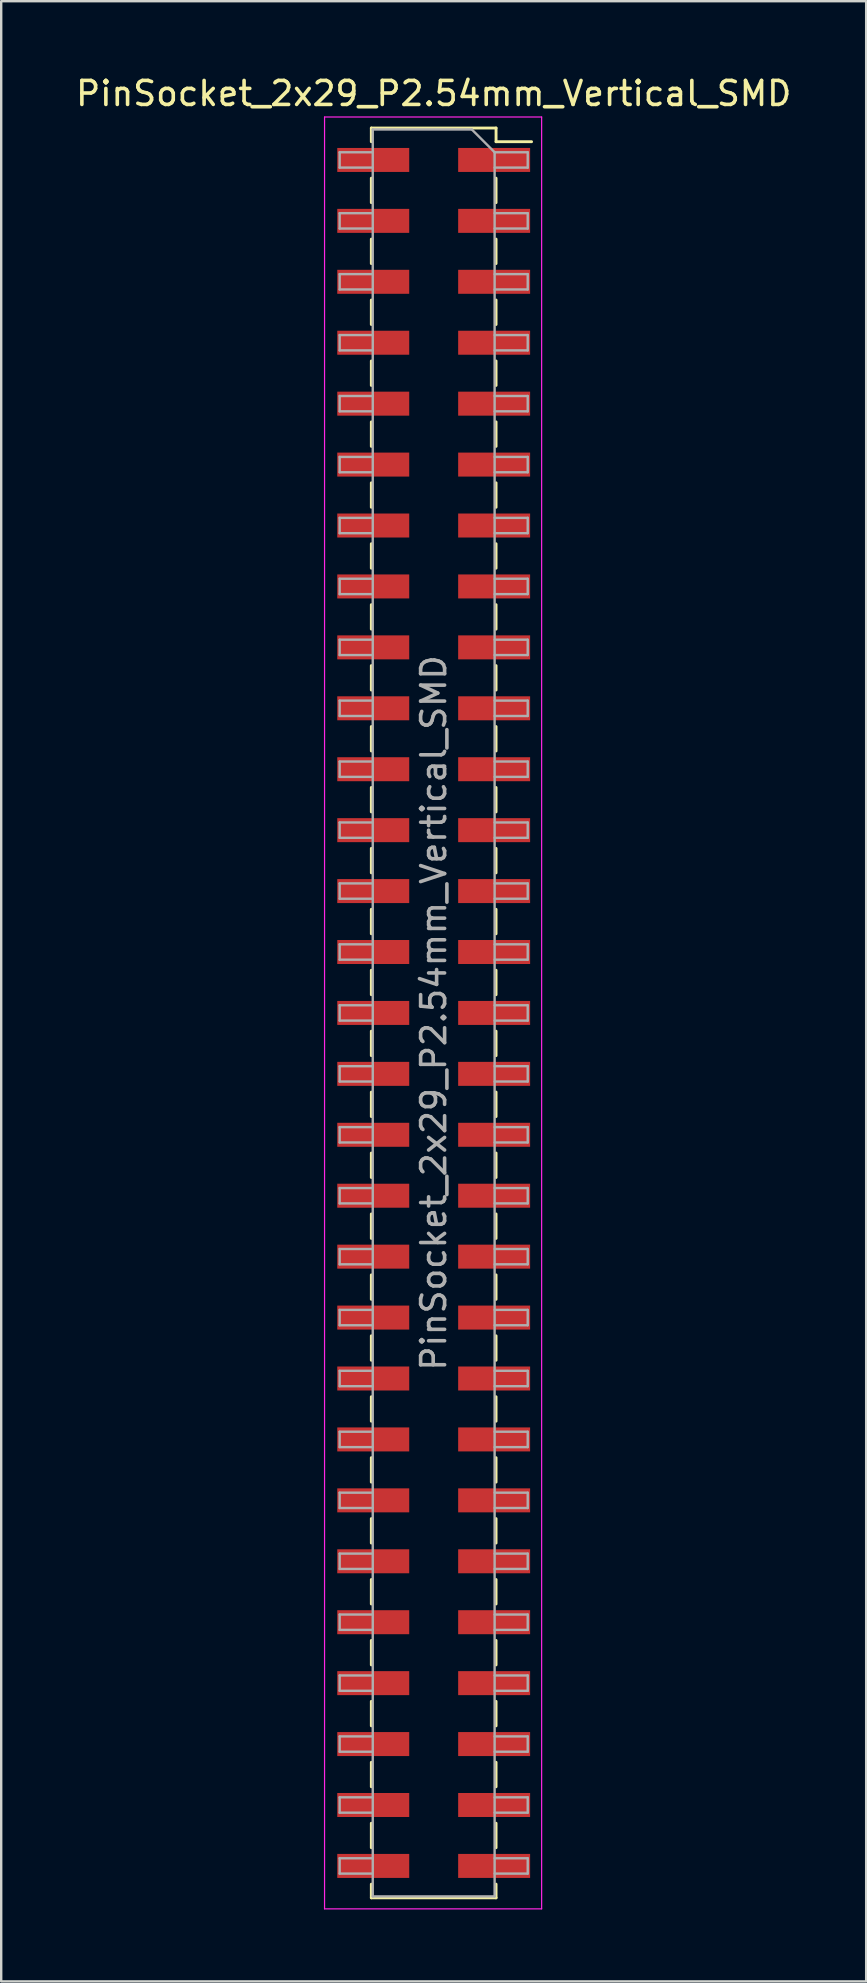
<source format=kicad_pcb>
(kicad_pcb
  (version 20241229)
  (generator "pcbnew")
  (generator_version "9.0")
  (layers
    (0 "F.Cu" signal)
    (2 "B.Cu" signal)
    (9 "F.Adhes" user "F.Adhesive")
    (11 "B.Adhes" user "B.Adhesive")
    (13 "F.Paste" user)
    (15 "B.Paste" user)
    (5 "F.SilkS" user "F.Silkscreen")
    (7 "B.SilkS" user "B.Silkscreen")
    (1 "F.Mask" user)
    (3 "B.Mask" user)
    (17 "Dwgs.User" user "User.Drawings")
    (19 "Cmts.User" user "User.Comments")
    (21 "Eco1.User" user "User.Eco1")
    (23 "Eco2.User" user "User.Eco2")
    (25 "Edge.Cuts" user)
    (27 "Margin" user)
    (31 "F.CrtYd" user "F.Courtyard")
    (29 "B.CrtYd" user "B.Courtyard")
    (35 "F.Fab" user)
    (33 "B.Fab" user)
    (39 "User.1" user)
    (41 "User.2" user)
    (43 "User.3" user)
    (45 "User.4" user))
  (footprint "PinSocket_2x29_P2.54mm_Vertical_SMD"
    (layer "F.Cu")
    (at 15.03 39.178)
    (property "Reference" "PinSocket_2x29_P2.54mm_Vertical_SMD" (at 0 -38.33 0) (layer "F.SilkS") (effects (font (size 1 1) (thickness 0.15))))
    (attr smd)
    (fp_line (start -2.6 -36.89) (end 2.6 -36.89) (stroke (width 0.12) (type solid)) (layer "F.SilkS"))
    (fp_line (start -2.6 -36.32) (end -2.6 -36.89) (stroke (width 0.12) (type solid)) (layer "F.SilkS"))
    (fp_line (start -2.6 -34.8) (end -2.6 -33.78) (stroke (width 0.12) (type solid)) (layer "F.SilkS"))
    (fp_line (start -2.6 -32.26) (end -2.6 -31.24) (stroke (width 0.12) (type solid)) (layer "F.SilkS"))
    (fp_line (start -2.6 -29.72) (end -2.6 -28.7) (stroke (width 0.12) (type solid)) (layer "F.SilkS"))
    (fp_line (start -2.6 -27.18) (end -2.6 -26.16) (stroke (width 0.12) (type solid)) (layer "F.SilkS"))
    (fp_line (start -2.6 -24.64) (end -2.6 -23.62) (stroke (width 0.12) (type solid)) (layer "F.SilkS"))
    (fp_line (start -2.6 -22.1) (end -2.6 -21.08) (stroke (width 0.12) (type solid)) (layer "F.SilkS"))
    (fp_line (start -2.6 -19.56) (end -2.6 -18.54) (stroke (width 0.12) (type solid)) (layer "F.SilkS"))
    (fp_line (start -2.6 -17.02) (end -2.6 -16) (stroke (width 0.12) (type solid)) (layer "F.SilkS"))
    (fp_line (start -2.6 -14.48) (end -2.6 -13.46) (stroke (width 0.12) (type solid)) (layer "F.SilkS"))
    (fp_line (start -2.6 -11.94) (end -2.6 -10.92) (stroke (width 0.12) (type solid)) (layer "F.SilkS"))
    (fp_line (start -2.6 -9.4) (end -2.6 -8.38) (stroke (width 0.12) (type solid)) (layer "F.SilkS"))
    (fp_line (start -2.6 -6.86) (end -2.6 -5.84) (stroke (width 0.12) (type solid)) (layer "F.SilkS"))
    (fp_line (start -2.6 -4.32) (end -2.6 -3.3) (stroke (width 0.12) (type solid)) (layer "F.SilkS"))
    (fp_line (start -2.6 -1.78) (end -2.6 -0.76) (stroke (width 0.12) (type solid)) (layer "F.SilkS"))
    (fp_line (start -2.6 0.76) (end -2.6 1.78) (stroke (width 0.12) (type solid)) (layer "F.SilkS"))
    (fp_line (start -2.6 3.3) (end -2.6 4.32) (stroke (width 0.12) (type solid)) (layer "F.SilkS"))
    (fp_line (start -2.6 5.84) (end -2.6 6.86) (stroke (width 0.12) (type solid)) (layer "F.SilkS"))
    (fp_line (start -2.6 8.38) (end -2.6 9.4) (stroke (width 0.12) (type solid)) (layer "F.SilkS"))
    (fp_line (start -2.6 10.92) (end -2.6 11.94) (stroke (width 0.12) (type solid)) (layer "F.SilkS"))
    (fp_line (start -2.6 13.46) (end -2.6 14.48) (stroke (width 0.12) (type solid)) (layer "F.SilkS"))
    (fp_line (start -2.6 16) (end -2.6 17.02) (stroke (width 0.12) (type solid)) (layer "F.SilkS"))
    (fp_line (start -2.6 18.54) (end -2.6 19.56) (stroke (width 0.12) (type solid)) (layer "F.SilkS"))
    (fp_line (start -2.6 21.08) (end -2.6 22.1) (stroke (width 0.12) (type solid)) (layer "F.SilkS"))
    (fp_line (start -2.6 23.62) (end -2.6 24.64) (stroke (width 0.12) (type solid)) (layer "F.SilkS"))
    (fp_line (start -2.6 26.16) (end -2.6 27.18) (stroke (width 0.12) (type solid)) (layer "F.SilkS"))
    (fp_line (start -2.6 28.7) (end -2.6 29.72) (stroke (width 0.12) (type solid)) (layer "F.SilkS"))
    (fp_line (start -2.6 31.24) (end -2.6 32.26) (stroke (width 0.12) (type solid)) (layer "F.SilkS"))
    (fp_line (start -2.6 33.78) (end -2.6 34.8) (stroke (width 0.12) (type solid)) (layer "F.SilkS"))
    (fp_line (start -2.6 36.89) (end -2.6 36.32) (stroke (width 0.12) (type solid)) (layer "F.SilkS"))
    (fp_line (start 2.6 -36.89) (end 2.6 -36.32) (stroke (width 0.12) (type solid)) (layer "F.SilkS"))
    (fp_line (start 2.6 -36.32) (end 4.08 -36.32) (stroke (width 0.12) (type solid)) (layer "F.SilkS"))
    (fp_line (start 2.6 -33.78) (end 2.6 -34.8) (stroke (width 0.12) (type solid)) (layer "F.SilkS"))
    (fp_line (start 2.6 -31.24) (end 2.6 -32.26) (stroke (width 0.12) (type solid)) (layer "F.SilkS"))
    (fp_line (start 2.6 -28.7) (end 2.6 -29.72) (stroke (width 0.12) (type solid)) (layer "F.SilkS"))
    (fp_line (start 2.6 -26.16) (end 2.6 -27.18) (stroke (width 0.12) (type solid)) (layer "F.SilkS"))
    (fp_line (start 2.6 -23.62) (end 2.6 -24.64) (stroke (width 0.12) (type solid)) (layer "F.SilkS"))
    (fp_line (start 2.6 -21.08) (end 2.6 -22.1) (stroke (width 0.12) (type solid)) (layer "F.SilkS"))
    (fp_line (start 2.6 -18.54) (end 2.6 -19.56) (stroke (width 0.12) (type solid)) (layer "F.SilkS"))
    (fp_line (start 2.6 -16) (end 2.6 -17.02) (stroke (width 0.12) (type solid)) (layer "F.SilkS"))
    (fp_line (start 2.6 -13.46) (end 2.6 -14.48) (stroke (width 0.12) (type solid)) (layer "F.SilkS"))
    (fp_line (start 2.6 -10.92) (end 2.6 -11.94) (stroke (width 0.12) (type solid)) (layer "F.SilkS"))
    (fp_line (start 2.6 -8.38) (end 2.6 -9.4) (stroke (width 0.12) (type solid)) (layer "F.SilkS"))
    (fp_line (start 2.6 -5.84) (end 2.6 -6.86) (stroke (width 0.12) (type solid)) (layer "F.SilkS"))
    (fp_line (start 2.6 -3.3) (end 2.6 -4.32) (stroke (width 0.12) (type solid)) (layer "F.SilkS"))
    (fp_line (start 2.6 -0.76) (end 2.6 -1.78) (stroke (width 0.12) (type solid)) (layer "F.SilkS"))
    (fp_line (start 2.6 1.78) (end 2.6 0.76) (stroke (width 0.12) (type solid)) (layer "F.SilkS"))
    (fp_line (start 2.6 4.32) (end 2.6 3.3) (stroke (width 0.12) (type solid)) (layer "F.SilkS"))
    (fp_line (start 2.6 6.86) (end 2.6 5.84) (stroke (width 0.12) (type solid)) (layer "F.SilkS"))
    (fp_line (start 2.6 9.4) (end 2.6 8.38) (stroke (width 0.12) (type solid)) (layer "F.SilkS"))
    (fp_line (start 2.6 11.94) (end 2.6 10.92) (stroke (width 0.12) (type solid)) (layer "F.SilkS"))
    (fp_line (start 2.6 14.48) (end 2.6 13.46) (stroke (width 0.12) (type solid)) (layer "F.SilkS"))
    (fp_line (start 2.6 17.02) (end 2.6 16) (stroke (width 0.12) (type solid)) (layer "F.SilkS"))
    (fp_line (start 2.6 19.56) (end 2.6 18.54) (stroke (width 0.12) (type solid)) (layer "F.SilkS"))
    (fp_line (start 2.6 22.1) (end 2.6 21.08) (stroke (width 0.12) (type solid)) (layer "F.SilkS"))
    (fp_line (start 2.6 24.64) (end 2.6 23.62) (stroke (width 0.12) (type solid)) (layer "F.SilkS"))
    (fp_line (start 2.6 27.18) (end 2.6 26.16) (stroke (width 0.12) (type solid)) (layer "F.SilkS"))
    (fp_line (start 2.6 29.72) (end 2.6 28.7) (stroke (width 0.12) (type solid)) (layer "F.SilkS"))
    (fp_line (start 2.6 32.26) (end 2.6 31.24) (stroke (width 0.12) (type solid)) (layer "F.SilkS"))
    (fp_line (start 2.6 34.8) (end 2.6 33.78) (stroke (width 0.12) (type solid)) (layer "F.SilkS"))
    (fp_line (start 2.6 36.32) (end 2.6 36.89) (stroke (width 0.12) (type solid)) (layer "F.SilkS"))
    (fp_line (start 2.6 36.89) (end -2.6 36.89) (stroke (width 0.12) (type solid)) (layer "F.SilkS"))
    (fp_line (start -4.55 -37.35) (end 4.5 -37.35) (stroke (width 0.05) (type solid)) (layer "F.CrtYd"))
    (fp_line (start -4.55 37.35) (end -4.55 -37.35) (stroke (width 0.05) (type solid)) (layer "F.CrtYd"))
    (fp_line (start 4.5 -37.35) (end 4.5 37.35) (stroke (width 0.05) (type solid)) (layer "F.CrtYd"))
    (fp_line (start 4.5 37.35) (end -4.55 37.35) (stroke (width 0.05) (type solid)) (layer "F.CrtYd"))
    (fp_line (start -3.92 -35.88) (end -2.54 -35.88) (stroke (width 0.1) (type solid)) (layer "F.Fab"))
    (fp_line (start -3.92 -35.24) (end -3.92 -35.88) (stroke (width 0.1) (type solid)) (layer "F.Fab"))
    (fp_line (start -3.92 -33.34) (end -2.54 -33.34) (stroke (width 0.1) (type solid)) (layer "F.Fab"))
    (fp_line (start -3.92 -32.7) (end -3.92 -33.34) (stroke (width 0.1) (type solid)) (layer "F.Fab"))
    (fp_line (start -3.92 -30.8) (end -2.54 -30.8) (stroke (width 0.1) (type solid)) (layer "F.Fab"))
    (fp_line (start -3.92 -30.16) (end -3.92 -30.8) (stroke (width 0.1) (type solid)) (layer "F.Fab"))
    (fp_line (start -3.92 -28.26) (end -2.54 -28.26) (stroke (width 0.1) (type solid)) (layer "F.Fab"))
    (fp_line (start -3.92 -27.62) (end -3.92 -28.26) (stroke (width 0.1) (type solid)) (layer "F.Fab"))
    (fp_line (start -3.92 -25.72) (end -2.54 -25.72) (stroke (width 0.1) (type solid)) (layer "F.Fab"))
    (fp_line (start -3.92 -25.08) (end -3.92 -25.72) (stroke (width 0.1) (type solid)) (layer "F.Fab"))
    (fp_line (start -3.92 -23.18) (end -2.54 -23.18) (stroke (width 0.1) (type solid)) (layer "F.Fab"))
    (fp_line (start -3.92 -22.54) (end -3.92 -23.18) (stroke (width 0.1) (type solid)) (layer "F.Fab"))
    (fp_line (start -3.92 -20.64) (end -2.54 -20.64) (stroke (width 0.1) (type solid)) (layer "F.Fab"))
    (fp_line (start -3.92 -20) (end -3.92 -20.64) (stroke (width 0.1) (type solid)) (layer "F.Fab"))
    (fp_line (start -3.92 -18.1) (end -2.54 -18.1) (stroke (width 0.1) (type solid)) (layer "F.Fab"))
    (fp_line (start -3.92 -17.46) (end -3.92 -18.1) (stroke (width 0.1) (type solid)) (layer "F.Fab"))
    (fp_line (start -3.92 -15.56) (end -2.54 -15.56) (stroke (width 0.1) (type solid)) (layer "F.Fab"))
    (fp_line (start -3.92 -14.92) (end -3.92 -15.56) (stroke (width 0.1) (type solid)) (layer "F.Fab"))
    (fp_line (start -3.92 -13.02) (end -2.54 -13.02) (stroke (width 0.1) (type solid)) (layer "F.Fab"))
    (fp_line (start -3.92 -12.38) (end -3.92 -13.02) (stroke (width 0.1) (type solid)) (layer "F.Fab"))
    (fp_line (start -3.92 -10.48) (end -2.54 -10.48) (stroke (width 0.1) (type solid)) (layer "F.Fab"))
    (fp_line (start -3.92 -9.84) (end -3.92 -10.48) (stroke (width 0.1) (type solid)) (layer "F.Fab"))
    (fp_line (start -3.92 -7.94) (end -2.54 -7.94) (stroke (width 0.1) (type solid)) (layer "F.Fab"))
    (fp_line (start -3.92 -7.3) (end -3.92 -7.94) (stroke (width 0.1) (type solid)) (layer "F.Fab"))
    (fp_line (start -3.92 -5.4) (end -2.54 -5.4) (stroke (width 0.1) (type solid)) (layer "F.Fab"))
    (fp_line (start -3.92 -4.76) (end -3.92 -5.4) (stroke (width 0.1) (type solid)) (layer "F.Fab"))
    (fp_line (start -3.92 -2.86) (end -2.54 -2.86) (stroke (width 0.1) (type solid)) (layer "F.Fab"))
    (fp_line (start -3.92 -2.22) (end -3.92 -2.86) (stroke (width 0.1) (type solid)) (layer "F.Fab"))
    (fp_line (start -3.92 -0.32) (end -2.54 -0.32) (stroke (width 0.1) (type solid)) (layer "F.Fab"))
    (fp_line (start -3.92 0.32) (end -3.92 -0.32) (stroke (width 0.1) (type solid)) (layer "F.Fab"))
    (fp_line (start -3.92 2.22) (end -2.54 2.22) (stroke (width 0.1) (type solid)) (layer "F.Fab"))
    (fp_line (start -3.92 2.86) (end -3.92 2.22) (stroke (width 0.1) (type solid)) (layer "F.Fab"))
    (fp_line (start -3.92 4.76) (end -2.54 4.76) (stroke (width 0.1) (type solid)) (layer "F.Fab"))
    (fp_line (start -3.92 5.4) (end -3.92 4.76) (stroke (width 0.1) (type solid)) (layer "F.Fab"))
    (fp_line (start -3.92 7.3) (end -2.54 7.3) (stroke (width 0.1) (type solid)) (layer "F.Fab"))
    (fp_line (start -3.92 7.94) (end -3.92 7.3) (stroke (width 0.1) (type solid)) (layer "F.Fab"))
    (fp_line (start -3.92 9.84) (end -2.54 9.84) (stroke (width 0.1) (type solid)) (layer "F.Fab"))
    (fp_line (start -3.92 10.48) (end -3.92 9.84) (stroke (width 0.1) (type solid)) (layer "F.Fab"))
    (fp_line (start -3.92 12.38) (end -2.54 12.38) (stroke (width 0.1) (type solid)) (layer "F.Fab"))
    (fp_line (start -3.92 13.02) (end -3.92 12.38) (stroke (width 0.1) (type solid)) (layer "F.Fab"))
    (fp_line (start -3.92 14.92) (end -2.54 14.92) (stroke (width 0.1) (type solid)) (layer "F.Fab"))
    (fp_line (start -3.92 15.56) (end -3.92 14.92) (stroke (width 0.1) (type solid)) (layer "F.Fab"))
    (fp_line (start -3.92 17.46) (end -2.54 17.46) (stroke (width 0.1) (type solid)) (layer "F.Fab"))
    (fp_line (start -3.92 18.1) (end -3.92 17.46) (stroke (width 0.1) (type solid)) (layer "F.Fab"))
    (fp_line (start -3.92 20) (end -2.54 20) (stroke (width 0.1) (type solid)) (layer "F.Fab"))
    (fp_line (start -3.92 20.64) (end -3.92 20) (stroke (width 0.1) (type solid)) (layer "F.Fab"))
    (fp_line (start -3.92 22.54) (end -2.54 22.54) (stroke (width 0.1) (type solid)) (layer "F.Fab"))
    (fp_line (start -3.92 23.18) (end -3.92 22.54) (stroke (width 0.1) (type solid)) (layer "F.Fab"))
    (fp_line (start -3.92 25.08) (end -2.54 25.08) (stroke (width 0.1) (type solid)) (layer "F.Fab"))
    (fp_line (start -3.92 25.72) (end -3.92 25.08) (stroke (width 0.1) (type solid)) (layer "F.Fab"))
    (fp_line (start -3.92 27.62) (end -2.54 27.62) (stroke (width 0.1) (type solid)) (layer "F.Fab"))
    (fp_line (start -3.92 28.26) (end -3.92 27.62) (stroke (width 0.1) (type solid)) (layer "F.Fab"))
    (fp_line (start -3.92 30.16) (end -2.54 30.16) (stroke (width 0.1) (type solid)) (layer "F.Fab"))
    (fp_line (start -3.92 30.8) (end -3.92 30.16) (stroke (width 0.1) (type solid)) (layer "F.Fab"))
    (fp_line (start -3.92 32.7) (end -2.54 32.7) (stroke (width 0.1) (type solid)) (layer "F.Fab"))
    (fp_line (start -3.92 33.34) (end -3.92 32.7) (stroke (width 0.1) (type solid)) (layer "F.Fab"))
    (fp_line (start -3.92 35.24) (end -2.54 35.24) (stroke (width 0.1) (type solid)) (layer "F.Fab"))
    (fp_line (start -3.92 35.88) (end -3.92 35.24) (stroke (width 0.1) (type solid)) (layer "F.Fab"))
    (fp_line (start -2.54 -36.83) (end 1.59 -36.83) (stroke (width 0.1) (type solid)) (layer "F.Fab"))
    (fp_line (start -2.54 -35.24) (end -3.92 -35.24) (stroke (width 0.1) (type solid)) (layer "F.Fab"))
    (fp_line (start -2.54 -32.7) (end -3.92 -32.7) (stroke (width 0.1) (type solid)) (layer "F.Fab"))
    (fp_line (start -2.54 -30.16) (end -3.92 -30.16) (stroke (width 0.1) (type solid)) (layer "F.Fab"))
    (fp_line (start -2.54 -27.62) (end -3.92 -27.62) (stroke (width 0.1) (type solid)) (layer "F.Fab"))
    (fp_line (start -2.54 -25.08) (end -3.92 -25.08) (stroke (width 0.1) (type solid)) (layer "F.Fab"))
    (fp_line (start -2.54 -22.54) (end -3.92 -22.54) (stroke (width 0.1) (type solid)) (layer "F.Fab"))
    (fp_line (start -2.54 -20) (end -3.92 -20) (stroke (width 0.1) (type solid)) (layer "F.Fab"))
    (fp_line (start -2.54 -17.46) (end -3.92 -17.46) (stroke (width 0.1) (type solid)) (layer "F.Fab"))
    (fp_line (start -2.54 -14.92) (end -3.92 -14.92) (stroke (width 0.1) (type solid)) (layer "F.Fab"))
    (fp_line (start -2.54 -12.38) (end -3.92 -12.38) (stroke (width 0.1) (type solid)) (layer "F.Fab"))
    (fp_line (start -2.54 -9.84) (end -3.92 -9.84) (stroke (width 0.1) (type solid)) (layer "F.Fab"))
    (fp_line (start -2.54 -7.3) (end -3.92 -7.3) (stroke (width 0.1) (type solid)) (layer "F.Fab"))
    (fp_line (start -2.54 -4.76) (end -3.92 -4.76) (stroke (width 0.1) (type solid)) (layer "F.Fab"))
    (fp_line (start -2.54 -2.22) (end -3.92 -2.22) (stroke (width 0.1) (type solid)) (layer "F.Fab"))
    (fp_line (start -2.54 0.32) (end -3.92 0.32) (stroke (width 0.1) (type solid)) (layer "F.Fab"))
    (fp_line (start -2.54 2.86) (end -3.92 2.86) (stroke (width 0.1) (type solid)) (layer "F.Fab"))
    (fp_line (start -2.54 5.4) (end -3.92 5.4) (stroke (width 0.1) (type solid)) (layer "F.Fab"))
    (fp_line (start -2.54 7.94) (end -3.92 7.94) (stroke (width 0.1) (type solid)) (layer "F.Fab"))
    (fp_line (start -2.54 10.48) (end -3.92 10.48) (stroke (width 0.1) (type solid)) (layer "F.Fab"))
    (fp_line (start -2.54 13.02) (end -3.92 13.02) (stroke (width 0.1) (type solid)) (layer "F.Fab"))
    (fp_line (start -2.54 15.56) (end -3.92 15.56) (stroke (width 0.1) (type solid)) (layer "F.Fab"))
    (fp_line (start -2.54 18.1) (end -3.92 18.1) (stroke (width 0.1) (type solid)) (layer "F.Fab"))
    (fp_line (start -2.54 20.64) (end -3.92 20.64) (stroke (width 0.1) (type solid)) (layer "F.Fab"))
    (fp_line (start -2.54 23.18) (end -3.92 23.18) (stroke (width 0.1) (type solid)) (layer "F.Fab"))
    (fp_line (start -2.54 25.72) (end -3.92 25.72) (stroke (width 0.1) (type solid)) (layer "F.Fab"))
    (fp_line (start -2.54 28.26) (end -3.92 28.26) (stroke (width 0.1) (type solid)) (layer "F.Fab"))
    (fp_line (start -2.54 30.8) (end -3.92 30.8) (stroke (width 0.1) (type solid)) (layer "F.Fab"))
    (fp_line (start -2.54 33.34) (end -3.92 33.34) (stroke (width 0.1) (type solid)) (layer "F.Fab"))
    (fp_line (start -2.54 35.88) (end -3.92 35.88) (stroke (width 0.1) (type solid)) (layer "F.Fab"))
    (fp_line (start -2.54 36.83) (end -2.54 -36.83) (stroke (width 0.1) (type solid)) (layer "F.Fab"))
    (fp_line (start 1.59 -36.83) (end 2.54 -35.88) (stroke (width 0.1) (type solid)) (layer "F.Fab"))
    (fp_line (start 2.54 -35.88) (end 2.54 36.83) (stroke (width 0.1) (type solid)) (layer "F.Fab"))
    (fp_line (start 2.54 -35.88) (end 3.92 -35.88) (stroke (width 0.1) (type solid)) (layer "F.Fab"))
    (fp_line (start 2.54 -33.34) (end 3.92 -33.34) (stroke (width 0.1) (type solid)) (layer "F.Fab"))
    (fp_line (start 2.54 -30.8) (end 3.92 -30.8) (stroke (width 0.1) (type solid)) (layer "F.Fab"))
    (fp_line (start 2.54 -28.26) (end 3.92 -28.26) (stroke (width 0.1) (type solid)) (layer "F.Fab"))
    (fp_line (start 2.54 -25.72) (end 3.92 -25.72) (stroke (width 0.1) (type solid)) (layer "F.Fab"))
    (fp_line (start 2.54 -23.18) (end 3.92 -23.18) (stroke (width 0.1) (type solid)) (layer "F.Fab"))
    (fp_line (start 2.54 -20.64) (end 3.92 -20.64) (stroke (width 0.1) (type solid)) (layer "F.Fab"))
    (fp_line (start 2.54 -18.1) (end 3.92 -18.1) (stroke (width 0.1) (type solid)) (layer "F.Fab"))
    (fp_line (start 2.54 -15.56) (end 3.92 -15.56) (stroke (width 0.1) (type solid)) (layer "F.Fab"))
    (fp_line (start 2.54 -13.02) (end 3.92 -13.02) (stroke (width 0.1) (type solid)) (layer "F.Fab"))
    (fp_line (start 2.54 -10.48) (end 3.92 -10.48) (stroke (width 0.1) (type solid)) (layer "F.Fab"))
    (fp_line (start 2.54 -7.94) (end 3.92 -7.94) (stroke (width 0.1) (type solid)) (layer "F.Fab"))
    (fp_line (start 2.54 -5.4) (end 3.92 -5.4) (stroke (width 0.1) (type solid)) (layer "F.Fab"))
    (fp_line (start 2.54 -2.86) (end 3.92 -2.86) (stroke (width 0.1) (type solid)) (layer "F.Fab"))
    (fp_line (start 2.54 -0.32) (end 3.92 -0.32) (stroke (width 0.1) (type solid)) (layer "F.Fab"))
    (fp_line (start 2.54 2.22) (end 3.92 2.22) (stroke (width 0.1) (type solid)) (layer "F.Fab"))
    (fp_line (start 2.54 4.76) (end 3.92 4.76) (stroke (width 0.1) (type solid)) (layer "F.Fab"))
    (fp_line (start 2.54 7.3) (end 3.92 7.3) (stroke (width 0.1) (type solid)) (layer "F.Fab"))
    (fp_line (start 2.54 9.84) (end 3.92 9.84) (stroke (width 0.1) (type solid)) (layer "F.Fab"))
    (fp_line (start 2.54 12.38) (end 3.92 12.38) (stroke (width 0.1) (type solid)) (layer "F.Fab"))
    (fp_line (start 2.54 14.92) (end 3.92 14.92) (stroke (width 0.1) (type solid)) (layer "F.Fab"))
    (fp_line (start 2.54 17.46) (end 3.92 17.46) (stroke (width 0.1) (type solid)) (layer "F.Fab"))
    (fp_line (start 2.54 20) (end 3.92 20) (stroke (width 0.1) (type solid)) (layer "F.Fab"))
    (fp_line (start 2.54 22.54) (end 3.92 22.54) (stroke (width 0.1) (type solid)) (layer "F.Fab"))
    (fp_line (start 2.54 25.08) (end 3.92 25.08) (stroke (width 0.1) (type solid)) (layer "F.Fab"))
    (fp_line (start 2.54 27.62) (end 3.92 27.62) (stroke (width 0.1) (type solid)) (layer "F.Fab"))
    (fp_line (start 2.54 30.16) (end 3.92 30.16) (stroke (width 0.1) (type solid)) (layer "F.Fab"))
    (fp_line (start 2.54 32.7) (end 3.92 32.7) (stroke (width 0.1) (type solid)) (layer "F.Fab"))
    (fp_line (start 2.54 35.24) (end 3.92 35.24) (stroke (width 0.1) (type solid)) (layer "F.Fab"))
    (fp_line (start 2.54 36.83) (end -2.54 36.83) (stroke (width 0.1) (type solid)) (layer "F.Fab"))
    (fp_line (start 3.92 -35.88) (end 3.92 -35.24) (stroke (width 0.1) (type solid)) (layer "F.Fab"))
    (fp_line (start 3.92 -35.24) (end 2.54 -35.24) (stroke (width 0.1) (type solid)) (layer "F.Fab"))
    (fp_line (start 3.92 -33.34) (end 3.92 -32.7) (stroke (width 0.1) (type solid)) (layer "F.Fab"))
    (fp_line (start 3.92 -32.7) (end 2.54 -32.7) (stroke (width 0.1) (type solid)) (layer "F.Fab"))
    (fp_line (start 3.92 -30.8) (end 3.92 -30.16) (stroke (width 0.1) (type solid)) (layer "F.Fab"))
    (fp_line (start 3.92 -30.16) (end 2.54 -30.16) (stroke (width 0.1) (type solid)) (layer "F.Fab"))
    (fp_line (start 3.92 -28.26) (end 3.92 -27.62) (stroke (width 0.1) (type solid)) (layer "F.Fab"))
    (fp_line (start 3.92 -27.62) (end 2.54 -27.62) (stroke (width 0.1) (type solid)) (layer "F.Fab"))
    (fp_line (start 3.92 -25.72) (end 3.92 -25.08) (stroke (width 0.1) (type solid)) (layer "F.Fab"))
    (fp_line (start 3.92 -25.08) (end 2.54 -25.08) (stroke (width 0.1) (type solid)) (layer "F.Fab"))
    (fp_line (start 3.92 -23.18) (end 3.92 -22.54) (stroke (width 0.1) (type solid)) (layer "F.Fab"))
    (fp_line (start 3.92 -22.54) (end 2.54 -22.54) (stroke (width 0.1) (type solid)) (layer "F.Fab"))
    (fp_line (start 3.92 -20.64) (end 3.92 -20) (stroke (width 0.1) (type solid)) (layer "F.Fab"))
    (fp_line (start 3.92 -20) (end 2.54 -20) (stroke (width 0.1) (type solid)) (layer "F.Fab"))
    (fp_line (start 3.92 -18.1) (end 3.92 -17.46) (stroke (width 0.1) (type solid)) (layer "F.Fab"))
    (fp_line (start 3.92 -17.46) (end 2.54 -17.46) (stroke (width 0.1) (type solid)) (layer "F.Fab"))
    (fp_line (start 3.92 -15.56) (end 3.92 -14.92) (stroke (width 0.1) (type solid)) (layer "F.Fab"))
    (fp_line (start 3.92 -14.92) (end 2.54 -14.92) (stroke (width 0.1) (type solid)) (layer "F.Fab"))
    (fp_line (start 3.92 -13.02) (end 3.92 -12.38) (stroke (width 0.1) (type solid)) (layer "F.Fab"))
    (fp_line (start 3.92 -12.38) (end 2.54 -12.38) (stroke (width 0.1) (type solid)) (layer "F.Fab"))
    (fp_line (start 3.92 -10.48) (end 3.92 -9.84) (stroke (width 0.1) (type solid)) (layer "F.Fab"))
    (fp_line (start 3.92 -9.84) (end 2.54 -9.84) (stroke (width 0.1) (type solid)) (layer "F.Fab"))
    (fp_line (start 3.92 -7.94) (end 3.92 -7.3) (stroke (width 0.1) (type solid)) (layer "F.Fab"))
    (fp_line (start 3.92 -7.3) (end 2.54 -7.3) (stroke (width 0.1) (type solid)) (layer "F.Fab"))
    (fp_line (start 3.92 -5.4) (end 3.92 -4.76) (stroke (width 0.1) (type solid)) (layer "F.Fab"))
    (fp_line (start 3.92 -4.76) (end 2.54 -4.76) (stroke (width 0.1) (type solid)) (layer "F.Fab"))
    (fp_line (start 3.92 -2.86) (end 3.92 -2.22) (stroke (width 0.1) (type solid)) (layer "F.Fab"))
    (fp_line (start 3.92 -2.22) (end 2.54 -2.22) (stroke (width 0.1) (type solid)) (layer "F.Fab"))
    (fp_line (start 3.92 -0.32) (end 3.92 0.32) (stroke (width 0.1) (type solid)) (layer "F.Fab"))
    (fp_line (start 3.92 0.32) (end 2.54 0.32) (stroke (width 0.1) (type solid)) (layer "F.Fab"))
    (fp_line (start 3.92 2.22) (end 3.92 2.86) (stroke (width 0.1) (type solid)) (layer "F.Fab"))
    (fp_line (start 3.92 2.86) (end 2.54 2.86) (stroke (width 0.1) (type solid)) (layer "F.Fab"))
    (fp_line (start 3.92 4.76) (end 3.92 5.4) (stroke (width 0.1) (type solid)) (layer "F.Fab"))
    (fp_line (start 3.92 5.4) (end 2.54 5.4) (stroke (width 0.1) (type solid)) (layer "F.Fab"))
    (fp_line (start 3.92 7.3) (end 3.92 7.94) (stroke (width 0.1) (type solid)) (layer "F.Fab"))
    (fp_line (start 3.92 7.94) (end 2.54 7.94) (stroke (width 0.1) (type solid)) (layer "F.Fab"))
    (fp_line (start 3.92 9.84) (end 3.92 10.48) (stroke (width 0.1) (type solid)) (layer "F.Fab"))
    (fp_line (start 3.92 10.48) (end 2.54 10.48) (stroke (width 0.1) (type solid)) (layer "F.Fab"))
    (fp_line (start 3.92 12.38) (end 3.92 13.02) (stroke (width 0.1) (type solid)) (layer "F.Fab"))
    (fp_line (start 3.92 13.02) (end 2.54 13.02) (stroke (width 0.1) (type solid)) (layer "F.Fab"))
    (fp_line (start 3.92 14.92) (end 3.92 15.56) (stroke (width 0.1) (type solid)) (layer "F.Fab"))
    (fp_line (start 3.92 15.56) (end 2.54 15.56) (stroke (width 0.1) (type solid)) (layer "F.Fab"))
    (fp_line (start 3.92 17.46) (end 3.92 18.1) (stroke (width 0.1) (type solid)) (layer "F.Fab"))
    (fp_line (start 3.92 18.1) (end 2.54 18.1) (stroke (width 0.1) (type solid)) (layer "F.Fab"))
    (fp_line (start 3.92 20) (end 3.92 20.64) (stroke (width 0.1) (type solid)) (layer "F.Fab"))
    (fp_line (start 3.92 20.64) (end 2.54 20.64) (stroke (width 0.1) (type solid)) (layer "F.Fab"))
    (fp_line (start 3.92 22.54) (end 3.92 23.18) (stroke (width 0.1) (type solid)) (layer "F.Fab"))
    (fp_line (start 3.92 23.18) (end 2.54 23.18) (stroke (width 0.1) (type solid)) (layer "F.Fab"))
    (fp_line (start 3.92 25.08) (end 3.92 25.72) (stroke (width 0.1) (type solid)) (layer "F.Fab"))
    (fp_line (start 3.92 25.72) (end 2.54 25.72) (stroke (width 0.1) (type solid)) (layer "F.Fab"))
    (fp_line (start 3.92 27.62) (end 3.92 28.26) (stroke (width 0.1) (type solid)) (layer "F.Fab"))
    (fp_line (start 3.92 28.26) (end 2.54 28.26) (stroke (width 0.1) (type solid)) (layer "F.Fab"))
    (fp_line (start 3.92 30.16) (end 3.92 30.8) (stroke (width 0.1) (type solid)) (layer "F.Fab"))
    (fp_line (start 3.92 30.8) (end 2.54 30.8) (stroke (width 0.1) (type solid)) (layer "F.Fab"))
    (fp_line (start 3.92 32.7) (end 3.92 33.34) (stroke (width 0.1) (type solid)) (layer "F.Fab"))
    (fp_line (start 3.92 33.34) (end 2.54 33.34) (stroke (width 0.1) (type solid)) (layer "F.Fab"))
    (fp_line (start 3.92 35.24) (end 3.92 35.88) (stroke (width 0.1) (type solid)) (layer "F.Fab"))
    (fp_line (start 3.92 35.88) (end 2.54 35.88) (stroke (width 0.1) (type solid)) (layer "F.Fab"))
    (fp_text user "${REFERENCE}" (at 0 0 90) (layer "F.Fab") (effects (font (size 1 1) (thickness 0.15))))
    (pad "1" smd rect (at 2.52 -35.56) (size 3 1) (layers "F.Cu" "F.Mask" "F.Paste"))
    (pad "2" smd rect (at -2.52 -35.56) (size 3 1) (layers "F.Cu" "F.Mask" "F.Paste"))
    (pad "3" smd rect (at 2.52 -33.02) (size 3 1) (layers "F.Cu" "F.Mask" "F.Paste"))
    (pad "4" smd rect (at -2.52 -33.02) (size 3 1) (layers "F.Cu" "F.Mask" "F.Paste"))
    (pad "5" smd rect (at 2.52 -30.48) (size 3 1) (layers "F.Cu" "F.Mask" "F.Paste"))
    (pad "6" smd rect (at -2.52 -30.48) (size 3 1) (layers "F.Cu" "F.Mask" "F.Paste"))
    (pad "7" smd rect (at 2.52 -27.94) (size 3 1) (layers "F.Cu" "F.Mask" "F.Paste"))
    (pad "8" smd rect (at -2.52 -27.94) (size 3 1) (layers "F.Cu" "F.Mask" "F.Paste"))
    (pad "9" smd rect (at 2.52 -25.4) (size 3 1) (layers "F.Cu" "F.Mask" "F.Paste"))
    (pad "10" smd rect (at -2.52 -25.4) (size 3 1) (layers "F.Cu" "F.Mask" "F.Paste"))
    (pad "11" smd rect (at 2.52 -22.86) (size 3 1) (layers "F.Cu" "F.Mask" "F.Paste"))
    (pad "12" smd rect (at -2.52 -22.86) (size 3 1) (layers "F.Cu" "F.Mask" "F.Paste"))
    (pad "13" smd rect (at 2.52 -20.32) (size 3 1) (layers "F.Cu" "F.Mask" "F.Paste"))
    (pad "14" smd rect (at -2.52 -20.32) (size 3 1) (layers "F.Cu" "F.Mask" "F.Paste"))
    (pad "15" smd rect (at 2.52 -17.78) (size 3 1) (layers "F.Cu" "F.Mask" "F.Paste"))
    (pad "16" smd rect (at -2.52 -17.78) (size 3 1) (layers "F.Cu" "F.Mask" "F.Paste"))
    (pad "17" smd rect (at 2.52 -15.24) (size 3 1) (layers "F.Cu" "F.Mask" "F.Paste"))
    (pad "18" smd rect (at -2.52 -15.24) (size 3 1) (layers "F.Cu" "F.Mask" "F.Paste"))
    (pad "19" smd rect (at 2.52 -12.7) (size 3 1) (layers "F.Cu" "F.Mask" "F.Paste"))
    (pad "20" smd rect (at -2.52 -12.7) (size 3 1) (layers "F.Cu" "F.Mask" "F.Paste"))
    (pad "21" smd rect (at 2.52 -10.16) (size 3 1) (layers "F.Cu" "F.Mask" "F.Paste"))
    (pad "22" smd rect (at -2.52 -10.16) (size 3 1) (layers "F.Cu" "F.Mask" "F.Paste"))
    (pad "23" smd rect (at 2.52 -7.62) (size 3 1) (layers "F.Cu" "F.Mask" "F.Paste"))
    (pad "24" smd rect (at -2.52 -7.62) (size 3 1) (layers "F.Cu" "F.Mask" "F.Paste"))
    (pad "25" smd rect (at 2.52 -5.08) (size 3 1) (layers "F.Cu" "F.Mask" "F.Paste"))
    (pad "26" smd rect (at -2.52 -5.08) (size 3 1) (layers "F.Cu" "F.Mask" "F.Paste"))
    (pad "27" smd rect (at 2.52 -2.54) (size 3 1) (layers "F.Cu" "F.Mask" "F.Paste"))
    (pad "28" smd rect (at -2.52 -2.54) (size 3 1) (layers "F.Cu" "F.Mask" "F.Paste"))
    (pad "29" smd rect (at 2.52 0) (size 3 1) (layers "F.Cu" "F.Mask" "F.Paste"))
    (pad "30" smd rect (at -2.52 0) (size 3 1) (layers "F.Cu" "F.Mask" "F.Paste"))
    (pad "31" smd rect (at 2.52 2.54) (size 3 1) (layers "F.Cu" "F.Mask" "F.Paste"))
    (pad "32" smd rect (at -2.52 2.54) (size 3 1) (layers "F.Cu" "F.Mask" "F.Paste"))
    (pad "33" smd rect (at 2.52 5.08) (size 3 1) (layers "F.Cu" "F.Mask" "F.Paste"))
    (pad "34" smd rect (at -2.52 5.08) (size 3 1) (layers "F.Cu" "F.Mask" "F.Paste"))
    (pad "35" smd rect (at 2.52 7.62) (size 3 1) (layers "F.Cu" "F.Mask" "F.Paste"))
    (pad "36" smd rect (at -2.52 7.62) (size 3 1) (layers "F.Cu" "F.Mask" "F.Paste"))
    (pad "37" smd rect (at 2.52 10.16) (size 3 1) (layers "F.Cu" "F.Mask" "F.Paste"))
    (pad "38" smd rect (at -2.52 10.16) (size 3 1) (layers "F.Cu" "F.Mask" "F.Paste"))
    (pad "39" smd rect (at 2.52 12.7) (size 3 1) (layers "F.Cu" "F.Mask" "F.Paste"))
    (pad "40" smd rect (at -2.52 12.7) (size 3 1) (layers "F.Cu" "F.Mask" "F.Paste"))
    (pad "41" smd rect (at 2.52 15.24) (size 3 1) (layers "F.Cu" "F.Mask" "F.Paste"))
    (pad "42" smd rect (at -2.52 15.24) (size 3 1) (layers "F.Cu" "F.Mask" "F.Paste"))
    (pad "43" smd rect (at 2.52 17.78) (size 3 1) (layers "F.Cu" "F.Mask" "F.Paste"))
    (pad "44" smd rect (at -2.52 17.78) (size 3 1) (layers "F.Cu" "F.Mask" "F.Paste"))
    (pad "45" smd rect (at 2.52 20.32) (size 3 1) (layers "F.Cu" "F.Mask" "F.Paste"))
    (pad "46" smd rect (at -2.52 20.32) (size 3 1) (layers "F.Cu" "F.Mask" "F.Paste"))
    (pad "47" smd rect (at 2.52 22.86) (size 3 1) (layers "F.Cu" "F.Mask" "F.Paste"))
    (pad "48" smd rect (at -2.52 22.86) (size 3 1) (layers "F.Cu" "F.Mask" "F.Paste"))
    (pad "49" smd rect (at 2.52 25.4) (size 3 1) (layers "F.Cu" "F.Mask" "F.Paste"))
    (pad "50" smd rect (at -2.52 25.4) (size 3 1) (layers "F.Cu" "F.Mask" "F.Paste"))
    (pad "51" smd rect (at 2.52 27.94) (size 3 1) (layers "F.Cu" "F.Mask" "F.Paste"))
    (pad "52" smd rect (at -2.52 27.94) (size 3 1) (layers "F.Cu" "F.Mask" "F.Paste"))
    (pad "53" smd rect (at 2.52 30.48) (size 3 1) (layers "F.Cu" "F.Mask" "F.Paste"))
    (pad "54" smd rect (at -2.52 30.48) (size 3 1) (layers "F.Cu" "F.Mask" "F.Paste"))
    (pad "55" smd rect (at 2.52 33.02) (size 3 1) (layers "F.Cu" "F.Mask" "F.Paste"))
    (pad "56" smd rect (at -2.52 33.02) (size 3 1) (layers "F.Cu" "F.Mask" "F.Paste"))
    (pad "57" smd rect (at 2.52 35.56) (size 3 1) (layers "F.Cu" "F.Mask" "F.Paste"))
    (pad "58" smd rect (at -2.52 35.56) (size 3 1) (layers "F.Cu" "F.Mask" "F.Paste")))
  (gr_rect
    (start -3 -3)
    (end 33.06 79.553)
    (stroke (width 0.1) (type default))
    (fill no)
    (layer "Edge.Cuts")))
</source>
